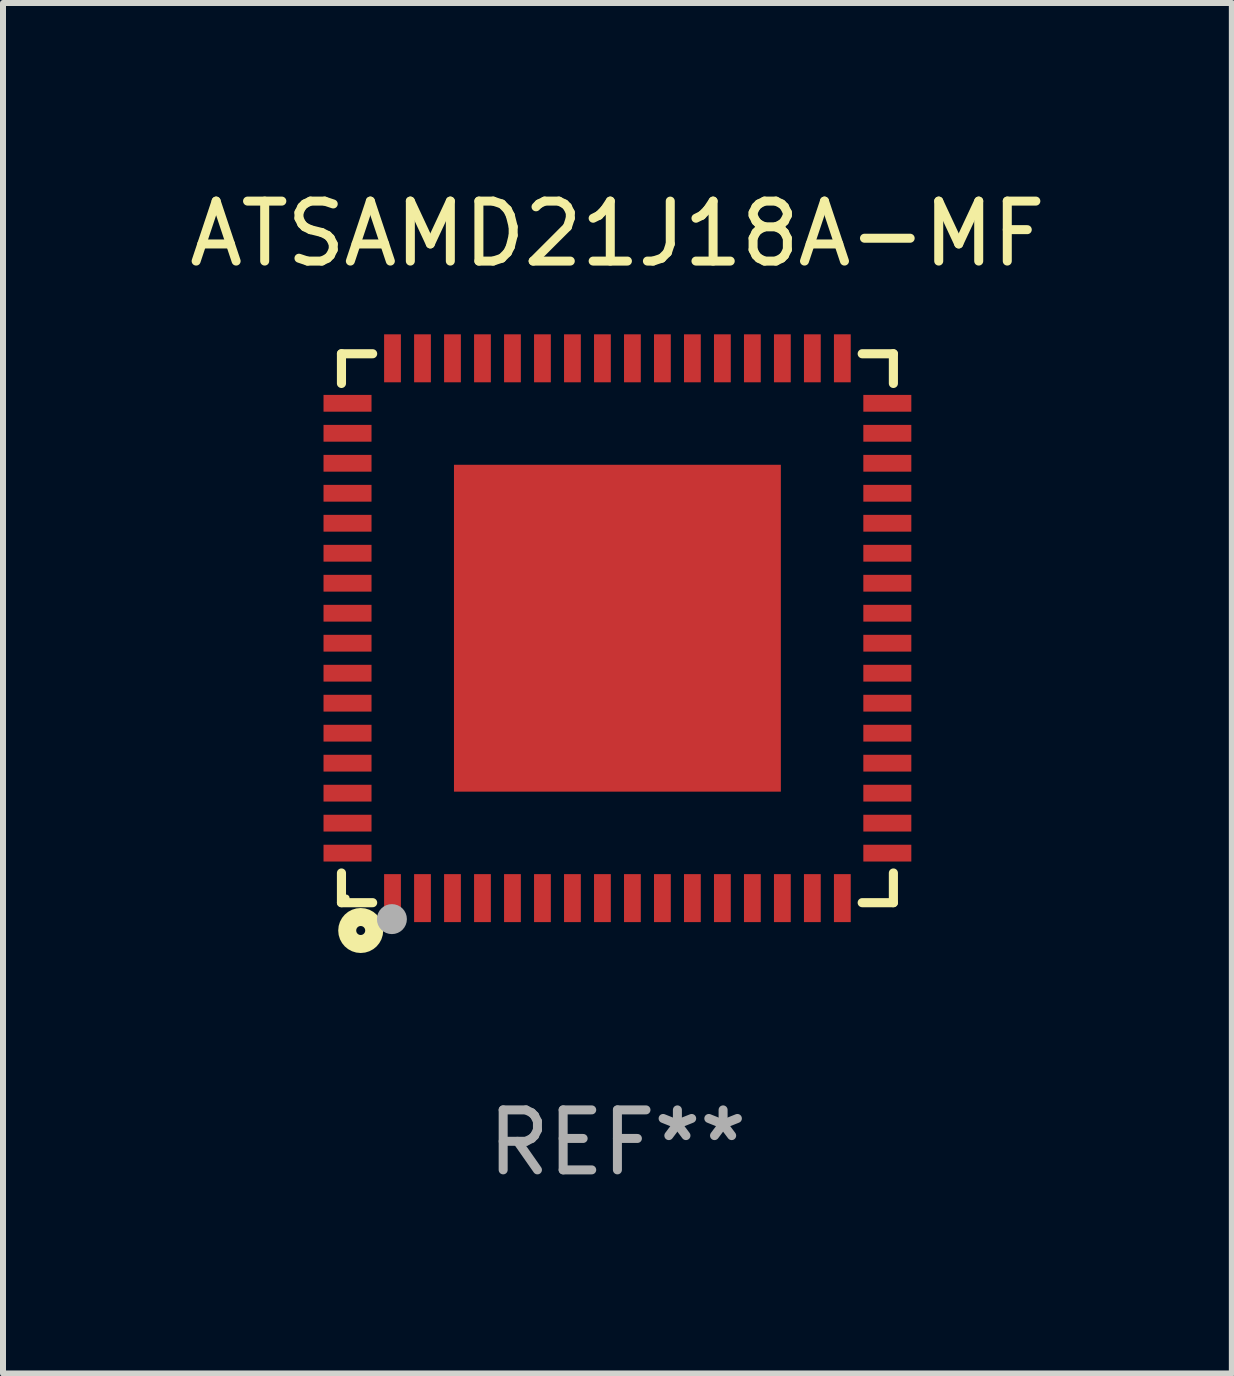
<source format=kicad_pcb>
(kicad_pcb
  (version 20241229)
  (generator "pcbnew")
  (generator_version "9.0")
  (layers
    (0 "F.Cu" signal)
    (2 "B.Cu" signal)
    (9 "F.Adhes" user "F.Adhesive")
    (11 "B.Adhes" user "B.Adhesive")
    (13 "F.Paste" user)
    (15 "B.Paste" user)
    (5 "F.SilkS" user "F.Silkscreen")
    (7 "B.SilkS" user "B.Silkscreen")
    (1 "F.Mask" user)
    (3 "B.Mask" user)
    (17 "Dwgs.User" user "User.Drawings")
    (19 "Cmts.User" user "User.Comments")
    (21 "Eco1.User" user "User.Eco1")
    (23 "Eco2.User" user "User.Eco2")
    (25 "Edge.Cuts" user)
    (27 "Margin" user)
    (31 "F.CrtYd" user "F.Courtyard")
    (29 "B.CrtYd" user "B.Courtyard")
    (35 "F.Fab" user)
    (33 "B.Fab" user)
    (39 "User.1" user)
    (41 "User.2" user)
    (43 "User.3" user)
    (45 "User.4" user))
  (footprint "ATSAMD21J18A-MF"
    (layer "F.Cu")
    (at 7.244 7.424)
    (property "Reference" "ATSAMD21J18A-MF" (at 0 -6.576 0) (layer "F.SilkS") (effects (font (size 1 1) (thickness 0.15))))
    (attr through_hole)
    (fp_line (start -4.601 -4.576) (end -4.081 -4.576) (stroke (width 0.152) (type solid)) (layer "F.SilkS"))
    (fp_line (start -4.601 -4.081) (end -4.601 -4.576) (stroke (width 0.152) (type solid)) (layer "F.SilkS"))
    (fp_line (start -4.601 4.081) (end -4.601 4.576) (stroke (width 0.152) (type solid)) (layer "F.SilkS"))
    (fp_line (start -4.601 4.576) (end -4.081 4.576) (stroke (width 0.152) (type solid)) (layer "F.SilkS"))
    (fp_line (start 4.601 -4.576) (end 4.081 -4.576) (stroke (width 0.152) (type solid)) (layer "F.SilkS"))
    (fp_line (start 4.601 -4.081) (end 4.601 -4.576) (stroke (width 0.152) (type solid)) (layer "F.SilkS"))
    (fp_line (start 4.601 4.081) (end 4.601 4.576) (stroke (width 0.152) (type solid)) (layer "F.SilkS"))
    (fp_line (start 4.601 4.576) (end 4.081 4.576) (stroke (width 0.152) (type solid)) (layer "F.SilkS"))
    (fp_circle (center -4.525 4.5) (end -4.495 4.5) (stroke (width 0.06) (type solid)) (fill no) (layer "F.SilkS"))
    (fp_circle (center -4.28 5.04) (end -4.205 5.04) (stroke (width 0.3) (type solid)) (fill no) (layer "F.SilkS"))
    (fp_circle (center -3.76 4.85) (end -3.635 4.85) (stroke (width 0.25) (type solid)) (fill no) (layer "F.Fab"))
    (fp_text user "REF**" (at 0 8.576 0) (layer "F.Fab") (effects (font (size 1 1) (thickness 0.15))))
    (pad "1" smd rect (at -3.75 4.5) (size 0.28 0.8) (layers "F.Cu" "F.Mask" "F.Paste"))
    (pad "2" smd rect (at -3.25 4.5) (size 0.28 0.8) (layers "F.Cu" "F.Mask" "F.Paste"))
    (pad "3" smd rect (at -2.75 4.5) (size 0.28 0.8) (layers "F.Cu" "F.Mask" "F.Paste"))
    (pad "4" smd rect (at -2.25 4.5) (size 0.28 0.8) (layers "F.Cu" "F.Mask" "F.Paste"))
    (pad "5" smd rect (at -1.75 4.5) (size 0.28 0.8) (layers "F.Cu" "F.Mask" "F.Paste"))
    (pad "6" smd rect (at -1.25 4.5) (size 0.28 0.8) (layers "F.Cu" "F.Mask" "F.Paste"))
    (pad "7" smd rect (at -0.75 4.5) (size 0.28 0.8) (layers "F.Cu" "F.Mask" "F.Paste"))
    (pad "8" smd rect (at -0.25 4.5) (size 0.28 0.8) (layers "F.Cu" "F.Mask" "F.Paste"))
    (pad "9" smd rect (at 0.25 4.5) (size 0.28 0.8) (layers "F.Cu" "F.Mask" "F.Paste"))
    (pad "10" smd rect (at 0.75 4.5) (size 0.28 0.8) (layers "F.Cu" "F.Mask" "F.Paste"))
    (pad "11" smd rect (at 1.25 4.5) (size 0.28 0.8) (layers "F.Cu" "F.Mask" "F.Paste"))
    (pad "12" smd rect (at 1.75 4.5) (size 0.28 0.8) (layers "F.Cu" "F.Mask" "F.Paste"))
    (pad "13" smd rect (at 2.25 4.5) (size 0.28 0.8) (layers "F.Cu" "F.Mask" "F.Paste"))
    (pad "14" smd rect (at 2.75 4.5) (size 0.28 0.8) (layers "F.Cu" "F.Mask" "F.Paste"))
    (pad "15" smd rect (at 3.25 4.5) (size 0.28 0.8) (layers "F.Cu" "F.Mask" "F.Paste"))
    (pad "16" smd rect (at 3.75 4.5) (size 0.28 0.8) (layers "F.Cu" "F.Mask" "F.Paste"))
    (pad "17" smd rect (at 4.5 3.75) (size 0.8 0.28) (layers "F.Cu" "F.Mask" "F.Paste"))
    (pad "18" smd rect (at 4.5 3.25) (size 0.8 0.28) (layers "F.Cu" "F.Mask" "F.Paste"))
    (pad "19" smd rect (at 4.5 2.75) (size 0.8 0.28) (layers "F.Cu" "F.Mask" "F.Paste"))
    (pad "20" smd rect (at 4.5 2.25) (size 0.8 0.28) (layers "F.Cu" "F.Mask" "F.Paste"))
    (pad "21" smd rect (at 4.5 1.75) (size 0.8 0.28) (layers "F.Cu" "F.Mask" "F.Paste"))
    (pad "22" smd rect (at 4.5 1.25) (size 0.8 0.28) (layers "F.Cu" "F.Mask" "F.Paste"))
    (pad "23" smd rect (at 4.5 0.75) (size 0.8 0.28) (layers "F.Cu" "F.Mask" "F.Paste"))
    (pad "24" smd rect (at 4.5 0.25) (size 0.8 0.28) (layers "F.Cu" "F.Mask" "F.Paste"))
    (pad "25" smd rect (at 4.5 -0.25) (size 0.8 0.28) (layers "F.Cu" "F.Mask" "F.Paste"))
    (pad "26" smd rect (at 4.5 -0.75) (size 0.8 0.28) (layers "F.Cu" "F.Mask" "F.Paste"))
    (pad "27" smd rect (at 4.5 -1.25) (size 0.8 0.28) (layers "F.Cu" "F.Mask" "F.Paste"))
    (pad "28" smd rect (at 4.5 -1.75) (size 0.8 0.28) (layers "F.Cu" "F.Mask" "F.Paste"))
    (pad "29" smd rect (at 4.5 -2.25) (size 0.8 0.28) (layers "F.Cu" "F.Mask" "F.Paste"))
    (pad "30" smd rect (at 4.5 -2.75) (size 0.8 0.28) (layers "F.Cu" "F.Mask" "F.Paste"))
    (pad "31" smd rect (at 4.5 -3.25) (size 0.8 0.28) (layers "F.Cu" "F.Mask" "F.Paste"))
    (pad "32" smd rect (at 4.5 -3.75) (size 0.8 0.28) (layers "F.Cu" "F.Mask" "F.Paste"))
    (pad "33" smd rect (at 3.75 -4.5) (size 0.28 0.8) (layers "F.Cu" "F.Mask" "F.Paste"))
    (pad "34" smd rect (at 3.25 -4.5) (size 0.28 0.8) (layers "F.Cu" "F.Mask" "F.Paste"))
    (pad "35" smd rect (at 2.75 -4.5) (size 0.28 0.8) (layers "F.Cu" "F.Mask" "F.Paste"))
    (pad "36" smd rect (at 2.25 -4.5) (size 0.28 0.8) (layers "F.Cu" "F.Mask" "F.Paste"))
    (pad "37" smd rect (at 1.75 -4.5) (size 0.28 0.8) (layers "F.Cu" "F.Mask" "F.Paste"))
    (pad "38" smd rect (at 1.25 -4.5) (size 0.28 0.8) (layers "F.Cu" "F.Mask" "F.Paste"))
    (pad "39" smd rect (at 0.75 -4.5) (size 0.28 0.8) (layers "F.Cu" "F.Mask" "F.Paste"))
    (pad "40" smd rect (at 0.25 -4.5) (size 0.28 0.8) (layers "F.Cu" "F.Mask" "F.Paste"))
    (pad "41" smd rect (at -0.25 -4.5) (size 0.28 0.8) (layers "F.Cu" "F.Mask" "F.Paste"))
    (pad "42" smd rect (at -0.75 -4.5) (size 0.28 0.8) (layers "F.Cu" "F.Mask" "F.Paste"))
    (pad "43" smd rect (at -1.25 -4.5) (size 0.28 0.8) (layers "F.Cu" "F.Mask" "F.Paste"))
    (pad "44" smd rect (at -1.75 -4.5) (size 0.28 0.8) (layers "F.Cu" "F.Mask" "F.Paste"))
    (pad "45" smd rect (at -2.25 -4.5) (size 0.28 0.8) (layers "F.Cu" "F.Mask" "F.Paste"))
    (pad "46" smd rect (at -2.75 -4.5) (size 0.28 0.8) (layers "F.Cu" "F.Mask" "F.Paste"))
    (pad "47" smd rect (at -3.25 -4.5) (size 0.28 0.8) (layers "F.Cu" "F.Mask" "F.Paste"))
    (pad "48" smd rect (at -3.75 -4.5) (size 0.28 0.8) (layers "F.Cu" "F.Mask" "F.Paste"))
    (pad "49" smd rect (at -4.5 -3.75) (size 0.8 0.28) (layers "F.Cu" "F.Mask" "F.Paste"))
    (pad "50" smd rect (at -4.5 -3.25) (size 0.8 0.28) (layers "F.Cu" "F.Mask" "F.Paste"))
    (pad "51" smd rect (at -4.5 -2.75) (size 0.8 0.28) (layers "F.Cu" "F.Mask" "F.Paste"))
    (pad "52" smd rect (at -4.5 -2.25) (size 0.8 0.28) (layers "F.Cu" "F.Mask" "F.Paste"))
    (pad "53" smd rect (at -4.5 -1.75) (size 0.8 0.28) (layers "F.Cu" "F.Mask" "F.Paste"))
    (pad "54" smd rect (at -4.5 -1.25) (size 0.8 0.28) (layers "F.Cu" "F.Mask" "F.Paste"))
    (pad "55" smd rect (at -4.5 -0.75) (size 0.8 0.28) (layers "F.Cu" "F.Mask" "F.Paste"))
    (pad "56" smd rect (at -4.5 -0.25) (size 0.8 0.28) (layers "F.Cu" "F.Mask" "F.Paste"))
    (pad "57" smd rect (at -4.5 0.25) (size 0.8 0.28) (layers "F.Cu" "F.Mask" "F.Paste"))
    (pad "58" smd rect (at -4.5 0.75) (size 0.8 0.28) (layers "F.Cu" "F.Mask" "F.Paste"))
    (pad "59" smd rect (at -4.5 1.25) (size 0.8 0.28) (layers "F.Cu" "F.Mask" "F.Paste"))
    (pad "60" smd rect (at -4.5 1.75) (size 0.8 0.28) (layers "F.Cu" "F.Mask" "F.Paste"))
    (pad "61" smd rect (at -4.5 2.25) (size 0.8 0.28) (layers "F.Cu" "F.Mask" "F.Paste"))
    (pad "62" smd rect (at -4.5 2.75) (size 0.8 0.28) (layers "F.Cu" "F.Mask" "F.Paste"))
    (pad "63" smd rect (at -4.5 3.25) (size 0.8 0.28) (layers "F.Cu" "F.Mask" "F.Paste"))
    (pad "64" smd rect (at -4.5 3.75) (size 0.8 0.28) (layers "F.Cu" "F.Mask" "F.Paste"))
    (pad "65" smd rect (at 0 0) (size 5.45 5.45) (layers "F.Cu" "F.Mask" "F.Paste")))
  (gr_rect
    (start -3 -3)
    (end 17.488 19.849)
    (stroke (width 0.1) (type default))
    (fill no)
    (layer "Edge.Cuts")))
</source>
